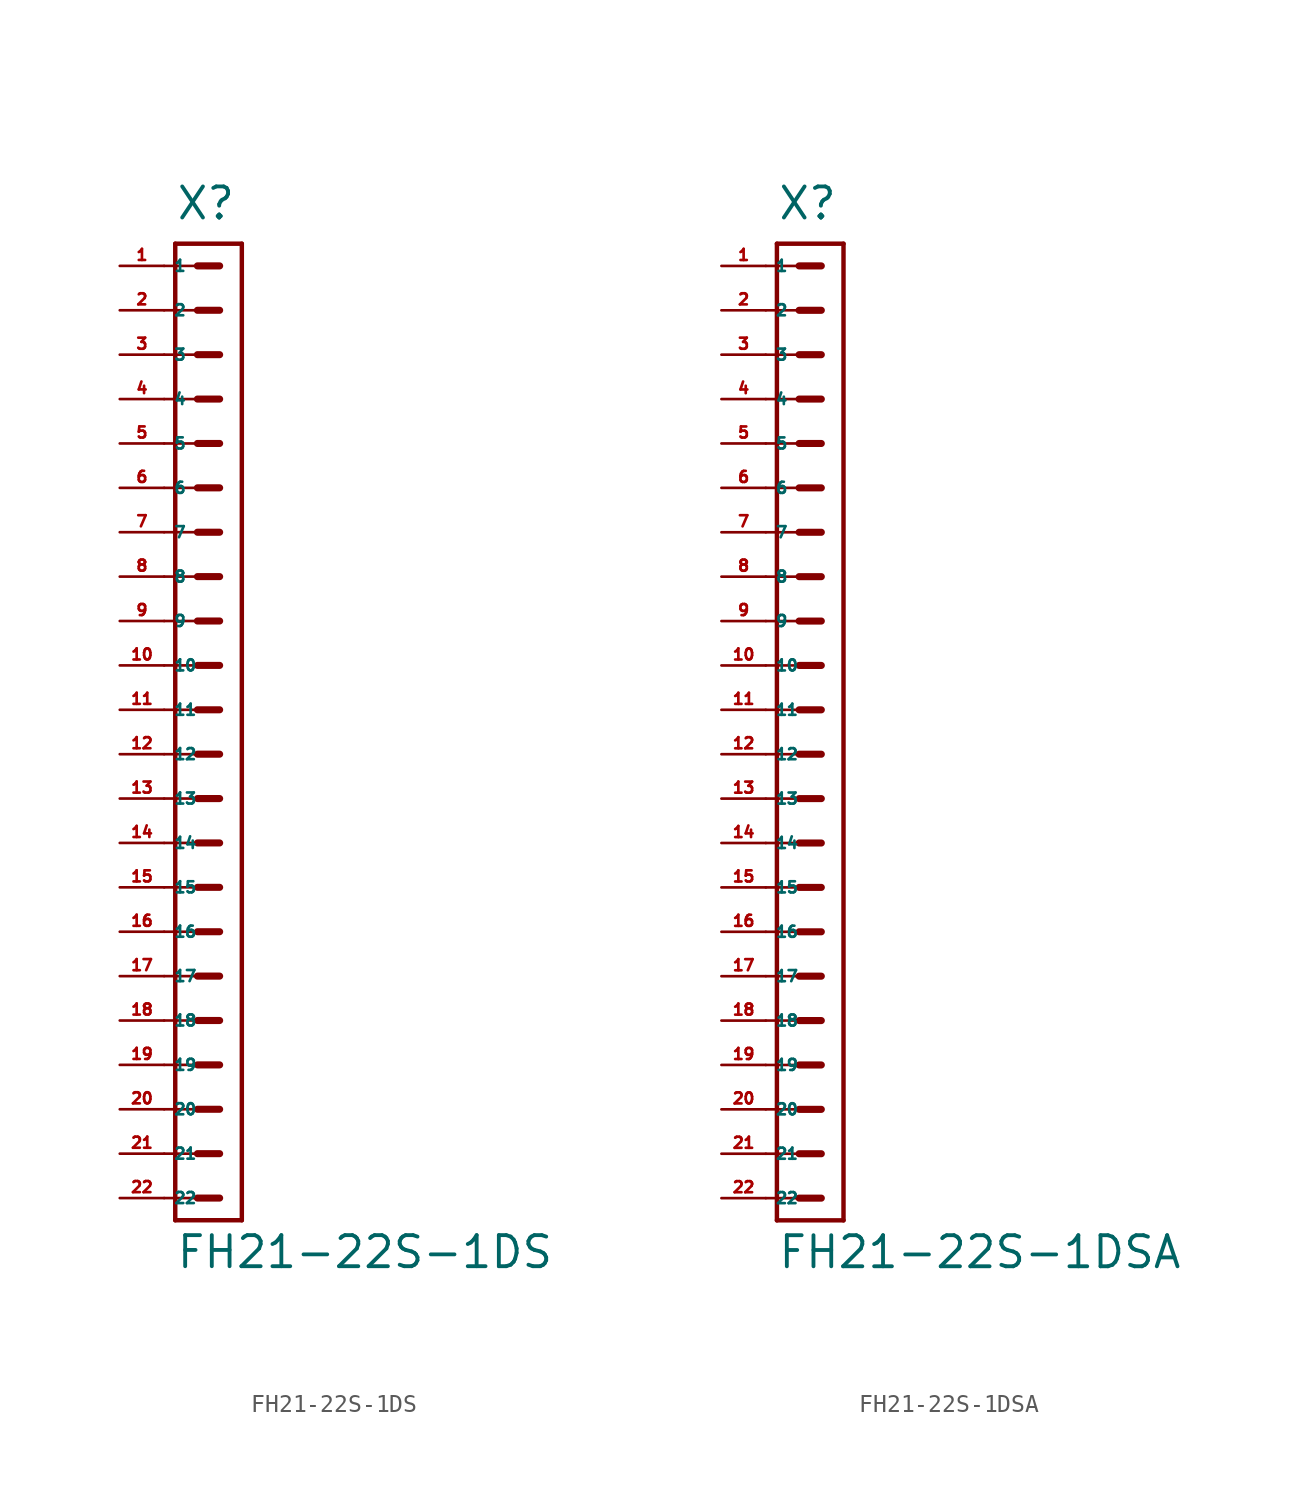
<source format=kicad_sym>
(kicad_symbol_lib
  (version 20220914)
  (generator Eagle2Kicad)
  (symbol "FH21-22S-1DS"
    (property "Reference" "X"
      (at -1.905 27.94 0)
      (effects (font (size 1.778 1.778) (thickness 0.22)) (justify left bottom)))
    (property "Value" "FH21-22S-1DS"
      (at -1.905 -32.068 0)
      (effects (font (size 1.778 1.778) (thickness 0.22)) (justify left bottom)))
    (polyline
      (pts (xy 1.905 26.67) (xy -1.905 26.67))
      (stroke (width 0.254) (type default))
      (fill (type none)))
    (polyline
      (pts (xy -1.905 -29.21) (xy -1.905 26.67))
      (stroke (width 0.254) (type default))
      (fill (type none)))
    (polyline
      (pts (xy -1.905 -29.21) (xy 1.905 -29.21))
      (stroke (width 0.254) (type default))
      (fill (type none)))
    (polyline
      (pts (xy 1.905 26.67) (xy 1.905 -29.21))
      (stroke (width 0.254) (type default))
      (fill (type none)))
    (polyline
      (pts (xy -2.54 25.4) (xy -0.635 25.4))
      (stroke (width 0.152) (type default))
      (fill (type none)))
    (polyline
      (pts (xy -2.54 22.86) (xy -0.635 22.86))
      (stroke (width 0.152) (type default))
      (fill (type none)))
    (polyline
      (pts (xy -2.54 20.32) (xy -0.635 20.32))
      (stroke (width 0.152) (type default))
      (fill (type none)))
    (polyline
      (pts (xy -2.54 17.78) (xy -0.635 17.78))
      (stroke (width 0.152) (type default))
      (fill (type none)))
    (polyline
      (pts (xy -2.54 15.24) (xy -0.635 15.24))
      (stroke (width 0.152) (type default))
      (fill (type none)))
    (polyline
      (pts (xy -2.54 12.7) (xy -0.635 12.7))
      (stroke (width 0.152) (type default))
      (fill (type none)))
    (polyline
      (pts (xy -0.635 25.4) (xy 0.635 25.4))
      (stroke (width 0.406) (type default))
      (fill (type none)))
    (polyline
      (pts (xy -0.635 22.86) (xy 0.635 22.86))
      (stroke (width 0.406) (type default))
      (fill (type none)))
    (polyline
      (pts (xy -0.635 20.32) (xy 0.635 20.32))
      (stroke (width 0.406) (type default))
      (fill (type none)))
    (polyline
      (pts (xy -0.635 17.78) (xy 0.635 17.78))
      (stroke (width 0.406) (type default))
      (fill (type none)))
    (polyline
      (pts (xy -0.635 15.24) (xy 0.635 15.24))
      (stroke (width 0.406) (type default))
      (fill (type none)))
    (polyline
      (pts (xy -0.635 12.7) (xy 0.635 12.7))
      (stroke (width 0.406) (type default))
      (fill (type none)))
    (polyline
      (pts (xy -2.54 10.16) (xy -0.635 10.16))
      (stroke (width 0.152) (type default))
      (fill (type none)))
    (polyline
      (pts (xy -2.54 7.62) (xy -0.635 7.62))
      (stroke (width 0.152) (type default))
      (fill (type none)))
    (polyline
      (pts (xy -0.635 10.16) (xy 0.635 10.16))
      (stroke (width 0.406) (type default))
      (fill (type none)))
    (polyline
      (pts (xy -0.635 7.62) (xy 0.635 7.62))
      (stroke (width 0.406) (type default))
      (fill (type none)))
    (polyline
      (pts (xy -2.54 5.08) (xy -0.635 5.08))
      (stroke (width 0.152) (type default))
      (fill (type none)))
    (polyline
      (pts (xy -2.54 2.54) (xy -0.635 2.54))
      (stroke (width 0.152) (type default))
      (fill (type none)))
    (polyline
      (pts (xy -0.635 5.08) (xy 0.635 5.08))
      (stroke (width 0.406) (type default))
      (fill (type none)))
    (polyline
      (pts (xy -0.635 2.54) (xy 0.635 2.54))
      (stroke (width 0.406) (type default))
      (fill (type none)))
    (polyline
      (pts (xy -2.54 0) (xy -0.635 0))
      (stroke (width 0.152) (type default))
      (fill (type none)))
    (polyline
      (pts (xy -2.54 -2.54) (xy -0.635 -2.54))
      (stroke (width 0.152) (type default))
      (fill (type none)))
    (polyline
      (pts (xy -0.635 0) (xy 0.635 0))
      (stroke (width 0.406) (type default))
      (fill (type none)))
    (polyline
      (pts (xy -0.635 -2.54) (xy 0.635 -2.54))
      (stroke (width 0.406) (type default))
      (fill (type none)))
    (polyline
      (pts (xy -2.54 -5.08) (xy -0.635 -5.08))
      (stroke (width 0.152) (type default))
      (fill (type none)))
    (polyline
      (pts (xy -2.54 -7.62) (xy -0.635 -7.62))
      (stroke (width 0.152) (type default))
      (fill (type none)))
    (polyline
      (pts (xy -0.635 -5.08) (xy 0.635 -5.08))
      (stroke (width 0.406) (type default))
      (fill (type none)))
    (polyline
      (pts (xy -0.635 -7.62) (xy 0.635 -7.62))
      (stroke (width 0.406) (type default))
      (fill (type none)))
    (polyline
      (pts (xy -2.54 -10.16) (xy -0.635 -10.16))
      (stroke (width 0.152) (type default))
      (fill (type none)))
    (polyline
      (pts (xy -2.54 -12.7) (xy -0.635 -12.7))
      (stroke (width 0.152) (type default))
      (fill (type none)))
    (polyline
      (pts (xy -0.635 -10.16) (xy 0.635 -10.16))
      (stroke (width 0.406) (type default))
      (fill (type none)))
    (polyline
      (pts (xy -0.635 -12.7) (xy 0.635 -12.7))
      (stroke (width 0.406) (type default))
      (fill (type none)))
    (polyline
      (pts (xy -2.54 -15.24) (xy -0.635 -15.24))
      (stroke (width 0.152) (type default))
      (fill (type none)))
    (polyline
      (pts (xy -2.54 -17.78) (xy -0.635 -17.78))
      (stroke (width 0.152) (type default))
      (fill (type none)))
    (polyline
      (pts (xy -0.635 -15.24) (xy 0.635 -15.24))
      (stroke (width 0.406) (type default))
      (fill (type none)))
    (polyline
      (pts (xy -0.635 -17.78) (xy 0.635 -17.78))
      (stroke (width 0.406) (type default))
      (fill (type none)))
    (polyline
      (pts (xy -2.54 -20.32) (xy -0.635 -20.32))
      (stroke (width 0.152) (type default))
      (fill (type none)))
    (polyline
      (pts (xy -2.54 -22.86) (xy -0.635 -22.86))
      (stroke (width 0.152) (type default))
      (fill (type none)))
    (polyline
      (pts (xy -0.635 -20.32) (xy 0.635 -20.32))
      (stroke (width 0.406) (type default))
      (fill (type none)))
    (polyline
      (pts (xy -0.635 -22.86) (xy 0.635 -22.86))
      (stroke (width 0.406) (type default))
      (fill (type none)))
    (polyline
      (pts (xy -0.635 -25.4) (xy 0.635 -25.4))
      (stroke (width 0.406) (type default))
      (fill (type none)))
    (polyline
      (pts (xy -0.635 -27.94) (xy 0.635 -27.94))
      (stroke (width 0.406) (type default))
      (fill (type none)))
    (polyline
      (pts (xy -2.54 -25.4) (xy -0.635 -25.4))
      (stroke (width 0.152) (type default))
      (fill (type none)))
    (polyline
      (pts (xy -2.54 -27.94) (xy -0.635 -27.94))
      (stroke (width 0.152) (type default))
      (fill (type none)))
    (pin passive line
      (at -5.08 25.4 0)
      (length 2.54)
      (name "1" (effects (font (size 0.635 0.635) (thickness 0.08)) (justify left bottom)))
      (number "1" (effects (font (size 0.635 0.635) (thickness 0.08)) (justify left bottom))))
    (pin passive line
      (at -5.08 22.86 0)
      (length 2.54)
      (name "2" (effects (font (size 0.635 0.635) (thickness 0.08)) (justify left bottom)))
      (number "2" (effects (font (size 0.635 0.635) (thickness 0.08)) (justify left bottom))))
    (pin passive line
      (at -5.08 20.32 0)
      (length 2.54)
      (name "3" (effects (font (size 0.635 0.635) (thickness 0.08)) (justify left bottom)))
      (number "3" (effects (font (size 0.635 0.635) (thickness 0.08)) (justify left bottom))))
    (pin passive line
      (at -5.08 17.78 0)
      (length 2.54)
      (name "4" (effects (font (size 0.635 0.635) (thickness 0.08)) (justify left bottom)))
      (number "4" (effects (font (size 0.635 0.635) (thickness 0.08)) (justify left bottom))))
    (pin passive line
      (at -5.08 15.24 0)
      (length 2.54)
      (name "5" (effects (font (size 0.635 0.635) (thickness 0.08)) (justify left bottom)))
      (number "5" (effects (font (size 0.635 0.635) (thickness 0.08)) (justify left bottom))))
    (pin passive line
      (at -5.08 12.7 0)
      (length 2.54)
      (name "6" (effects (font (size 0.635 0.635) (thickness 0.08)) (justify left bottom)))
      (number "6" (effects (font (size 0.635 0.635) (thickness 0.08)) (justify left bottom))))
    (pin passive line
      (at -5.08 10.16 0)
      (length 2.54)
      (name "7" (effects (font (size 0.635 0.635) (thickness 0.08)) (justify left bottom)))
      (number "7" (effects (font (size 0.635 0.635) (thickness 0.08)) (justify left bottom))))
    (pin passive line
      (at -5.08 7.62 0)
      (length 2.54)
      (name "8" (effects (font (size 0.635 0.635) (thickness 0.08)) (justify left bottom)))
      (number "8" (effects (font (size 0.635 0.635) (thickness 0.08)) (justify left bottom))))
    (pin passive line
      (at -5.08 5.08 0)
      (length 2.54)
      (name "9" (effects (font (size 0.635 0.635) (thickness 0.08)) (justify left bottom)))
      (number "9" (effects (font (size 0.635 0.635) (thickness 0.08)) (justify left bottom))))
    (pin passive line
      (at -5.08 2.54 0)
      (length 2.54)
      (name "10" (effects (font (size 0.635 0.635) (thickness 0.08)) (justify left bottom)))
      (number "10" (effects (font (size 0.635 0.635) (thickness 0.08)) (justify left bottom))))
    (pin passive line
      (at -5.08 0 0)
      (length 2.54)
      (name "11" (effects (font (size 0.635 0.635) (thickness 0.08)) (justify left bottom)))
      (number "11" (effects (font (size 0.635 0.635) (thickness 0.08)) (justify left bottom))))
    (pin passive line
      (at -5.08 -2.54 0)
      (length 2.54)
      (name "12" (effects (font (size 0.635 0.635) (thickness 0.08)) (justify left bottom)))
      (number "12" (effects (font (size 0.635 0.635) (thickness 0.08)) (justify left bottom))))
    (pin passive line
      (at -5.08 -5.08 0)
      (length 2.54)
      (name "13" (effects (font (size 0.635 0.635) (thickness 0.08)) (justify left bottom)))
      (number "13" (effects (font (size 0.635 0.635) (thickness 0.08)) (justify left bottom))))
    (pin passive line
      (at -5.08 -7.62 0)
      (length 2.54)
      (name "14" (effects (font (size 0.635 0.635) (thickness 0.08)) (justify left bottom)))
      (number "14" (effects (font (size 0.635 0.635) (thickness 0.08)) (justify left bottom))))
    (pin passive line
      (at -5.08 -10.16 0)
      (length 2.54)
      (name "15" (effects (font (size 0.635 0.635) (thickness 0.08)) (justify left bottom)))
      (number "15" (effects (font (size 0.635 0.635) (thickness 0.08)) (justify left bottom))))
    (pin passive line
      (at -5.08 -12.7 0)
      (length 2.54)
      (name "16" (effects (font (size 0.635 0.635) (thickness 0.08)) (justify left bottom)))
      (number "16" (effects (font (size 0.635 0.635) (thickness 0.08)) (justify left bottom))))
    (pin passive line
      (at -5.08 -15.24 0)
      (length 2.54)
      (name "17" (effects (font (size 0.635 0.635) (thickness 0.08)) (justify left bottom)))
      (number "17" (effects (font (size 0.635 0.635) (thickness 0.08)) (justify left bottom))))
    (pin passive line
      (at -5.08 -17.78 0)
      (length 2.54)
      (name "18" (effects (font (size 0.635 0.635) (thickness 0.08)) (justify left bottom)))
      (number "18" (effects (font (size 0.635 0.635) (thickness 0.08)) (justify left bottom))))
    (pin passive line
      (at -5.08 -20.32 0)
      (length 2.54)
      (name "19" (effects (font (size 0.635 0.635) (thickness 0.08)) (justify left bottom)))
      (number "19" (effects (font (size 0.635 0.635) (thickness 0.08)) (justify left bottom))))
    (pin passive line
      (at -5.08 -22.86 0)
      (length 2.54)
      (name "20" (effects (font (size 0.635 0.635) (thickness 0.08)) (justify left bottom)))
      (number "20" (effects (font (size 0.635 0.635) (thickness 0.08)) (justify left bottom))))
    (pin passive line
      (at -5.08 -25.4 0)
      (length 2.54)
      (name "21" (effects (font (size 0.635 0.635) (thickness 0.08)) (justify left bottom)))
      (number "21" (effects (font (size 0.635 0.635) (thickness 0.08)) (justify left bottom))))
    (pin passive line
      (at -5.08 -27.94 0)
      (length 2.54)
      (name "22" (effects (font (size 0.635 0.635) (thickness 0.08)) (justify left bottom)))
      (number "22" (effects (font (size 0.635 0.635) (thickness 0.08)) (justify left bottom)))))
  (symbol "FH21-22S-1DSA"
    (property "Reference" "X"
      (at -1.905 27.94 0)
      (effects (font (size 1.778 1.778) (thickness 0.22)) (justify left bottom)))
    (property "Value" "FH21-22S-1DSA"
      (at -1.905 -32.068 0)
      (effects (font (size 1.778 1.778) (thickness 0.22)) (justify left bottom)))
    (polyline
      (pts (xy 1.905 26.67) (xy -1.905 26.67))
      (stroke (width 0.254) (type default))
      (fill (type none)))
    (polyline
      (pts (xy -1.905 -29.21) (xy -1.905 26.67))
      (stroke (width 0.254) (type default))
      (fill (type none)))
    (polyline
      (pts (xy -1.905 -29.21) (xy 1.905 -29.21))
      (stroke (width 0.254) (type default))
      (fill (type none)))
    (polyline
      (pts (xy 1.905 26.67) (xy 1.905 -29.21))
      (stroke (width 0.254) (type default))
      (fill (type none)))
    (polyline
      (pts (xy -2.54 25.4) (xy -0.635 25.4))
      (stroke (width 0.152) (type default))
      (fill (type none)))
    (polyline
      (pts (xy -2.54 22.86) (xy -0.635 22.86))
      (stroke (width 0.152) (type default))
      (fill (type none)))
    (polyline
      (pts (xy -2.54 20.32) (xy -0.635 20.32))
      (stroke (width 0.152) (type default))
      (fill (type none)))
    (polyline
      (pts (xy -2.54 17.78) (xy -0.635 17.78))
      (stroke (width 0.152) (type default))
      (fill (type none)))
    (polyline
      (pts (xy -2.54 15.24) (xy -0.635 15.24))
      (stroke (width 0.152) (type default))
      (fill (type none)))
    (polyline
      (pts (xy -2.54 12.7) (xy -0.635 12.7))
      (stroke (width 0.152) (type default))
      (fill (type none)))
    (polyline
      (pts (xy -0.635 25.4) (xy 0.635 25.4))
      (stroke (width 0.406) (type default))
      (fill (type none)))
    (polyline
      (pts (xy -0.635 22.86) (xy 0.635 22.86))
      (stroke (width 0.406) (type default))
      (fill (type none)))
    (polyline
      (pts (xy -0.635 20.32) (xy 0.635 20.32))
      (stroke (width 0.406) (type default))
      (fill (type none)))
    (polyline
      (pts (xy -0.635 17.78) (xy 0.635 17.78))
      (stroke (width 0.406) (type default))
      (fill (type none)))
    (polyline
      (pts (xy -0.635 15.24) (xy 0.635 15.24))
      (stroke (width 0.406) (type default))
      (fill (type none)))
    (polyline
      (pts (xy -0.635 12.7) (xy 0.635 12.7))
      (stroke (width 0.406) (type default))
      (fill (type none)))
    (polyline
      (pts (xy -2.54 10.16) (xy -0.635 10.16))
      (stroke (width 0.152) (type default))
      (fill (type none)))
    (polyline
      (pts (xy -2.54 7.62) (xy -0.635 7.62))
      (stroke (width 0.152) (type default))
      (fill (type none)))
    (polyline
      (pts (xy -0.635 10.16) (xy 0.635 10.16))
      (stroke (width 0.406) (type default))
      (fill (type none)))
    (polyline
      (pts (xy -0.635 7.62) (xy 0.635 7.62))
      (stroke (width 0.406) (type default))
      (fill (type none)))
    (polyline
      (pts (xy -2.54 5.08) (xy -0.635 5.08))
      (stroke (width 0.152) (type default))
      (fill (type none)))
    (polyline
      (pts (xy -2.54 2.54) (xy -0.635 2.54))
      (stroke (width 0.152) (type default))
      (fill (type none)))
    (polyline
      (pts (xy -0.635 5.08) (xy 0.635 5.08))
      (stroke (width 0.406) (type default))
      (fill (type none)))
    (polyline
      (pts (xy -0.635 2.54) (xy 0.635 2.54))
      (stroke (width 0.406) (type default))
      (fill (type none)))
    (polyline
      (pts (xy -2.54 0) (xy -0.635 0))
      (stroke (width 0.152) (type default))
      (fill (type none)))
    (polyline
      (pts (xy -2.54 -2.54) (xy -0.635 -2.54))
      (stroke (width 0.152) (type default))
      (fill (type none)))
    (polyline
      (pts (xy -0.635 0) (xy 0.635 0))
      (stroke (width 0.406) (type default))
      (fill (type none)))
    (polyline
      (pts (xy -0.635 -2.54) (xy 0.635 -2.54))
      (stroke (width 0.406) (type default))
      (fill (type none)))
    (polyline
      (pts (xy -2.54 -5.08) (xy -0.635 -5.08))
      (stroke (width 0.152) (type default))
      (fill (type none)))
    (polyline
      (pts (xy -2.54 -7.62) (xy -0.635 -7.62))
      (stroke (width 0.152) (type default))
      (fill (type none)))
    (polyline
      (pts (xy -0.635 -5.08) (xy 0.635 -5.08))
      (stroke (width 0.406) (type default))
      (fill (type none)))
    (polyline
      (pts (xy -0.635 -7.62) (xy 0.635 -7.62))
      (stroke (width 0.406) (type default))
      (fill (type none)))
    (polyline
      (pts (xy -2.54 -10.16) (xy -0.635 -10.16))
      (stroke (width 0.152) (type default))
      (fill (type none)))
    (polyline
      (pts (xy -2.54 -12.7) (xy -0.635 -12.7))
      (stroke (width 0.152) (type default))
      (fill (type none)))
    (polyline
      (pts (xy -0.635 -10.16) (xy 0.635 -10.16))
      (stroke (width 0.406) (type default))
      (fill (type none)))
    (polyline
      (pts (xy -0.635 -12.7) (xy 0.635 -12.7))
      (stroke (width 0.406) (type default))
      (fill (type none)))
    (polyline
      (pts (xy -2.54 -15.24) (xy -0.635 -15.24))
      (stroke (width 0.152) (type default))
      (fill (type none)))
    (polyline
      (pts (xy -2.54 -17.78) (xy -0.635 -17.78))
      (stroke (width 0.152) (type default))
      (fill (type none)))
    (polyline
      (pts (xy -0.635 -15.24) (xy 0.635 -15.24))
      (stroke (width 0.406) (type default))
      (fill (type none)))
    (polyline
      (pts (xy -0.635 -17.78) (xy 0.635 -17.78))
      (stroke (width 0.406) (type default))
      (fill (type none)))
    (polyline
      (pts (xy -2.54 -20.32) (xy -0.635 -20.32))
      (stroke (width 0.152) (type default))
      (fill (type none)))
    (polyline
      (pts (xy -2.54 -22.86) (xy -0.635 -22.86))
      (stroke (width 0.152) (type default))
      (fill (type none)))
    (polyline
      (pts (xy -0.635 -20.32) (xy 0.635 -20.32))
      (stroke (width 0.406) (type default))
      (fill (type none)))
    (polyline
      (pts (xy -0.635 -22.86) (xy 0.635 -22.86))
      (stroke (width 0.406) (type default))
      (fill (type none)))
    (polyline
      (pts (xy -0.635 -25.4) (xy 0.635 -25.4))
      (stroke (width 0.406) (type default))
      (fill (type none)))
    (polyline
      (pts (xy -0.635 -27.94) (xy 0.635 -27.94))
      (stroke (width 0.406) (type default))
      (fill (type none)))
    (polyline
      (pts (xy -2.54 -25.4) (xy -0.635 -25.4))
      (stroke (width 0.152) (type default))
      (fill (type none)))
    (polyline
      (pts (xy -2.54 -27.94) (xy -0.635 -27.94))
      (stroke (width 0.152) (type default))
      (fill (type none)))
    (pin passive line
      (at -5.08 25.4 0)
      (length 2.54)
      (name "1" (effects (font (size 0.635 0.635) (thickness 0.08)) (justify left bottom)))
      (number "1" (effects (font (size 0.635 0.635) (thickness 0.08)) (justify left bottom))))
    (pin passive line
      (at -5.08 22.86 0)
      (length 2.54)
      (name "2" (effects (font (size 0.635 0.635) (thickness 0.08)) (justify left bottom)))
      (number "2" (effects (font (size 0.635 0.635) (thickness 0.08)) (justify left bottom))))
    (pin passive line
      (at -5.08 20.32 0)
      (length 2.54)
      (name "3" (effects (font (size 0.635 0.635) (thickness 0.08)) (justify left bottom)))
      (number "3" (effects (font (size 0.635 0.635) (thickness 0.08)) (justify left bottom))))
    (pin passive line
      (at -5.08 17.78 0)
      (length 2.54)
      (name "4" (effects (font (size 0.635 0.635) (thickness 0.08)) (justify left bottom)))
      (number "4" (effects (font (size 0.635 0.635) (thickness 0.08)) (justify left bottom))))
    (pin passive line
      (at -5.08 15.24 0)
      (length 2.54)
      (name "5" (effects (font (size 0.635 0.635) (thickness 0.08)) (justify left bottom)))
      (number "5" (effects (font (size 0.635 0.635) (thickness 0.08)) (justify left bottom))))
    (pin passive line
      (at -5.08 12.7 0)
      (length 2.54)
      (name "6" (effects (font (size 0.635 0.635) (thickness 0.08)) (justify left bottom)))
      (number "6" (effects (font (size 0.635 0.635) (thickness 0.08)) (justify left bottom))))
    (pin passive line
      (at -5.08 10.16 0)
      (length 2.54)
      (name "7" (effects (font (size 0.635 0.635) (thickness 0.08)) (justify left bottom)))
      (number "7" (effects (font (size 0.635 0.635) (thickness 0.08)) (justify left bottom))))
    (pin passive line
      (at -5.08 7.62 0)
      (length 2.54)
      (name "8" (effects (font (size 0.635 0.635) (thickness 0.08)) (justify left bottom)))
      (number "8" (effects (font (size 0.635 0.635) (thickness 0.08)) (justify left bottom))))
    (pin passive line
      (at -5.08 5.08 0)
      (length 2.54)
      (name "9" (effects (font (size 0.635 0.635) (thickness 0.08)) (justify left bottom)))
      (number "9" (effects (font (size 0.635 0.635) (thickness 0.08)) (justify left bottom))))
    (pin passive line
      (at -5.08 2.54 0)
      (length 2.54)
      (name "10" (effects (font (size 0.635 0.635) (thickness 0.08)) (justify left bottom)))
      (number "10" (effects (font (size 0.635 0.635) (thickness 0.08)) (justify left bottom))))
    (pin passive line
      (at -5.08 0 0)
      (length 2.54)
      (name "11" (effects (font (size 0.635 0.635) (thickness 0.08)) (justify left bottom)))
      (number "11" (effects (font (size 0.635 0.635) (thickness 0.08)) (justify left bottom))))
    (pin passive line
      (at -5.08 -2.54 0)
      (length 2.54)
      (name "12" (effects (font (size 0.635 0.635) (thickness 0.08)) (justify left bottom)))
      (number "12" (effects (font (size 0.635 0.635) (thickness 0.08)) (justify left bottom))))
    (pin passive line
      (at -5.08 -5.08 0)
      (length 2.54)
      (name "13" (effects (font (size 0.635 0.635) (thickness 0.08)) (justify left bottom)))
      (number "13" (effects (font (size 0.635 0.635) (thickness 0.08)) (justify left bottom))))
    (pin passive line
      (at -5.08 -7.62 0)
      (length 2.54)
      (name "14" (effects (font (size 0.635 0.635) (thickness 0.08)) (justify left bottom)))
      (number "14" (effects (font (size 0.635 0.635) (thickness 0.08)) (justify left bottom))))
    (pin passive line
      (at -5.08 -10.16 0)
      (length 2.54)
      (name "15" (effects (font (size 0.635 0.635) (thickness 0.08)) (justify left bottom)))
      (number "15" (effects (font (size 0.635 0.635) (thickness 0.08)) (justify left bottom))))
    (pin passive line
      (at -5.08 -12.7 0)
      (length 2.54)
      (name "16" (effects (font (size 0.635 0.635) (thickness 0.08)) (justify left bottom)))
      (number "16" (effects (font (size 0.635 0.635) (thickness 0.08)) (justify left bottom))))
    (pin passive line
      (at -5.08 -15.24 0)
      (length 2.54)
      (name "17" (effects (font (size 0.635 0.635) (thickness 0.08)) (justify left bottom)))
      (number "17" (effects (font (size 0.635 0.635) (thickness 0.08)) (justify left bottom))))
    (pin passive line
      (at -5.08 -17.78 0)
      (length 2.54)
      (name "18" (effects (font (size 0.635 0.635) (thickness 0.08)) (justify left bottom)))
      (number "18" (effects (font (size 0.635 0.635) (thickness 0.08)) (justify left bottom))))
    (pin passive line
      (at -5.08 -20.32 0)
      (length 2.54)
      (name "19" (effects (font (size 0.635 0.635) (thickness 0.08)) (justify left bottom)))
      (number "19" (effects (font (size 0.635 0.635) (thickness 0.08)) (justify left bottom))))
    (pin passive line
      (at -5.08 -22.86 0)
      (length 2.54)
      (name "20" (effects (font (size 0.635 0.635) (thickness 0.08)) (justify left bottom)))
      (number "20" (effects (font (size 0.635 0.635) (thickness 0.08)) (justify left bottom))))
    (pin passive line
      (at -5.08 -25.4 0)
      (length 2.54)
      (name "21" (effects (font (size 0.635 0.635) (thickness 0.08)) (justify left bottom)))
      (number "21" (effects (font (size 0.635 0.635) (thickness 0.08)) (justify left bottom))))
    (pin passive line
      (at -5.08 -27.94 0)
      (length 2.54)
      (name "22" (effects (font (size 0.635 0.635) (thickness 0.08)) (justify left bottom)))
      (number "22" (effects (font (size 0.635 0.635) (thickness 0.08)) (justify left bottom))))))
</source>
